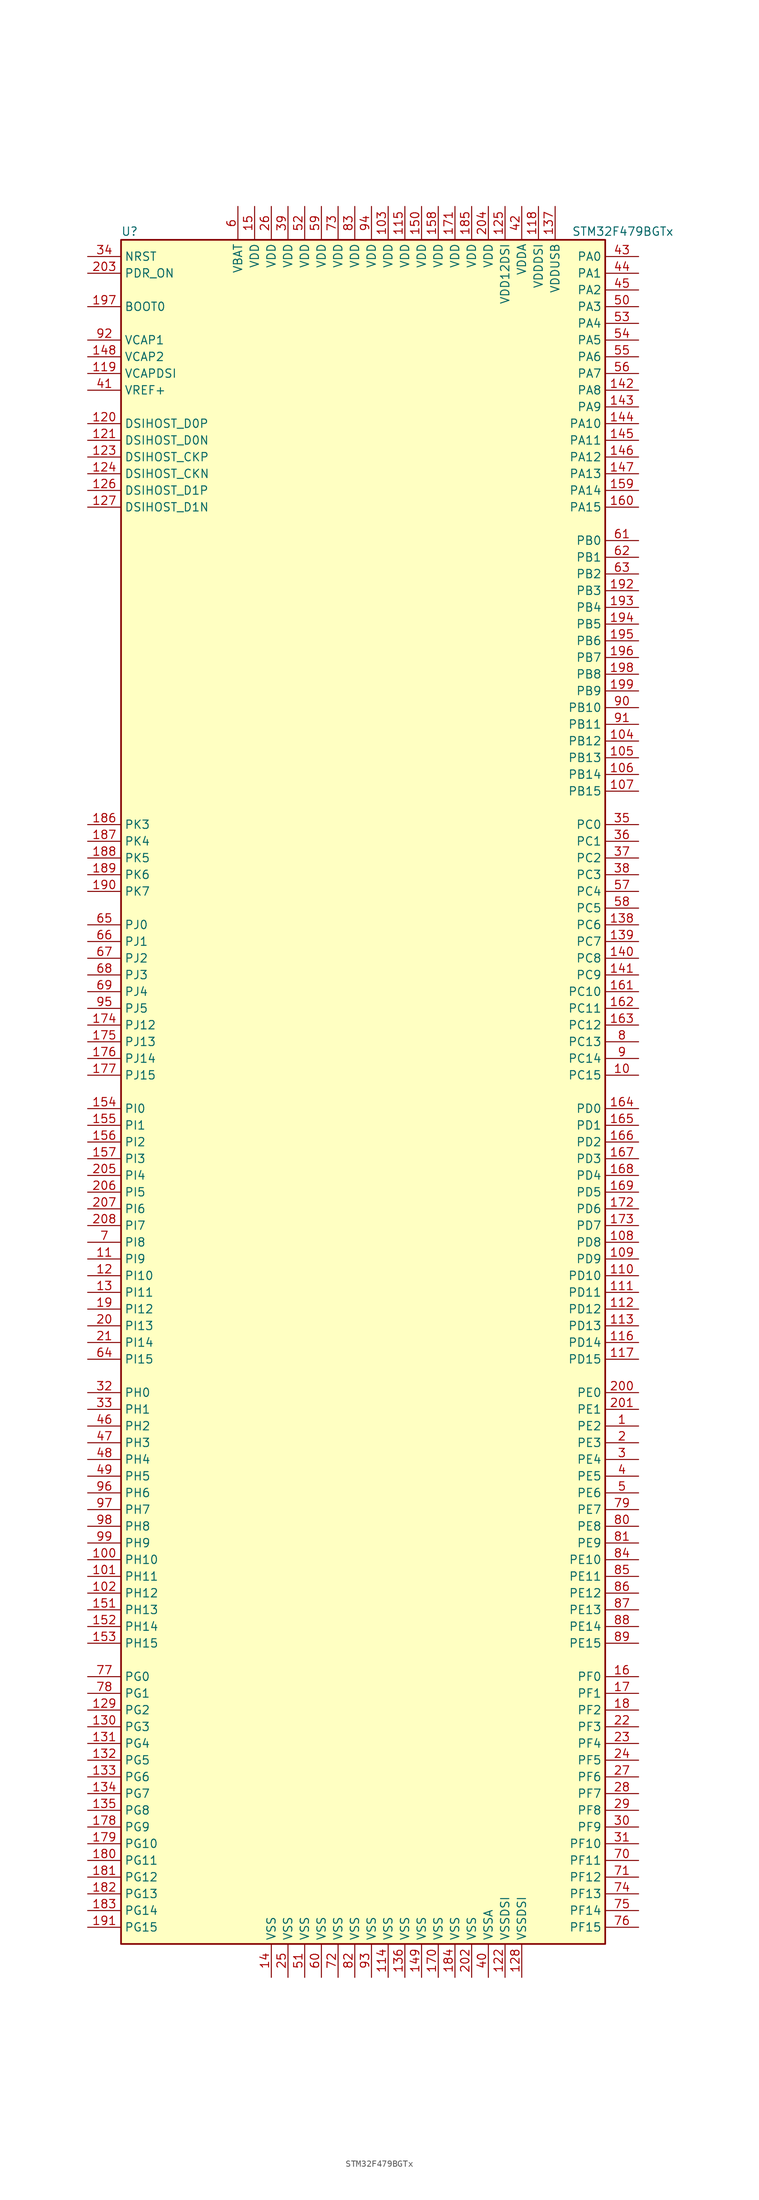
<source format=kicad_sym>
(kicad_symbol_lib
  (version 20211014)
  (generator kicad_symbol_editor)
  (symbol "STM32F479BGTx"
    (property "Reference" "U"
      (at -38.1 130.81 0)
      (effects (font (size 1.27 1.27)) (justify left)))
    (property "Value" "STM32F479BGTx"
      (at 30.48 130.81 0)
      (effects (font (size 1.27 1.27)) (justify left)))
    (symbol "STM32F479BGTx_0_1"
      (rectangle (start -38.1 -129.54) (end 35.56 129.54) (stroke (width 0.254) (type default) (color 0 0 0 0)) (fill (type background))))
    (symbol "STM32F479BGTx_1_1"
      (pin bidirectional line (at 40.64 -50.8 180) (length 5.08) (name "PE2" (effects (font (size 1.27 1.27)))) (number "1" (effects (font (size 1.27 1.27)))))
      (pin bidirectional line (at 40.64 2.54 180) (length 5.08) (name "PC15" (effects (font (size 1.27 1.27)))) (number "10" (effects (font (size 1.27 1.27)))))
      (pin bidirectional line (at -43.18 -71.12 0) (length 5.08) (name "PH10" (effects (font (size 1.27 1.27)))) (number "100" (effects (font (size 1.27 1.27)))))
      (pin bidirectional line (at -43.18 -73.66 0) (length 5.08) (name "PH11" (effects (font (size 1.27 1.27)))) (number "101" (effects (font (size 1.27 1.27)))))
      (pin bidirectional line (at -43.18 -76.2 0) (length 5.08) (name "PH12" (effects (font (size 1.27 1.27)))) (number "102" (effects (font (size 1.27 1.27)))))
      (pin power_in line (at 2.54 134.62 270) (length 5.08) (name "VDD" (effects (font (size 1.27 1.27)))) (number "103" (effects (font (size 1.27 1.27)))))
      (pin bidirectional line (at 40.64 53.34 180) (length 5.08) (name "PB12" (effects (font (size 1.27 1.27)))) (number "104" (effects (font (size 1.27 1.27)))))
      (pin bidirectional line (at 40.64 50.8 180) (length 5.08) (name "PB13" (effects (font (size 1.27 1.27)))) (number "105" (effects (font (size 1.27 1.27)))))
      (pin bidirectional line (at 40.64 48.26 180) (length 5.08) (name "PB14" (effects (font (size 1.27 1.27)))) (number "106" (effects (font (size 1.27 1.27)))))
      (pin bidirectional line (at 40.64 45.72 180) (length 5.08) (name "PB15" (effects (font (size 1.27 1.27)))) (number "107" (effects (font (size 1.27 1.27)))))
      (pin bidirectional line (at 40.64 -22.86 180) (length 5.08) (name "PD8" (effects (font (size 1.27 1.27)))) (number "108" (effects (font (size 1.27 1.27)))))
      (pin bidirectional line (at 40.64 -25.4 180) (length 5.08) (name "PD9" (effects (font (size 1.27 1.27)))) (number "109" (effects (font (size 1.27 1.27)))))
      (pin bidirectional line (at -43.18 -25.4 0) (length 5.08) (name "PI9" (effects (font (size 1.27 1.27)))) (number "11" (effects (font (size 1.27 1.27)))))
      (pin bidirectional line (at 40.64 -27.94 180) (length 5.08) (name "PD10" (effects (font (size 1.27 1.27)))) (number "110" (effects (font (size 1.27 1.27)))))
      (pin bidirectional line (at 40.64 -30.48 180) (length 5.08) (name "PD11" (effects (font (size 1.27 1.27)))) (number "111" (effects (font (size 1.27 1.27)))))
      (pin bidirectional line (at 40.64 -33.02 180) (length 5.08) (name "PD12" (effects (font (size 1.27 1.27)))) (number "112" (effects (font (size 1.27 1.27)))))
      (pin bidirectional line (at 40.64 -35.56 180) (length 5.08) (name "PD13" (effects (font (size 1.27 1.27)))) (number "113" (effects (font (size 1.27 1.27)))))
      (pin power_in line (at 2.54 -134.62 90) (length 5.08) (name "VSS" (effects (font (size 1.27 1.27)))) (number "114" (effects (font (size 1.27 1.27)))))
      (pin power_in line (at 5.08 134.62 270) (length 5.08) (name "VDD" (effects (font (size 1.27 1.27)))) (number "115" (effects (font (size 1.27 1.27)))))
      (pin bidirectional line (at 40.64 -38.1 180) (length 5.08) (name "PD14" (effects (font (size 1.27 1.27)))) (number "116" (effects (font (size 1.27 1.27)))))
      (pin bidirectional line (at 40.64 -40.64 180) (length 5.08) (name "PD15" (effects (font (size 1.27 1.27)))) (number "117" (effects (font (size 1.27 1.27)))))
      (pin power_in line (at 25.4 134.62 270) (length 5.08) (name "VDDDSI" (effects (font (size 1.27 1.27)))) (number "118" (effects (font (size 1.27 1.27)))))
      (pin power_in line (at -43.18 109.22 0) (length 5.08) (name "VCAPDSI" (effects (font (size 1.27 1.27)))) (number "119" (effects (font (size 1.27 1.27)))))
      (pin bidirectional line (at -43.18 -27.94 0) (length 5.08) (name "PI10" (effects (font (size 1.27 1.27)))) (number "12" (effects (font (size 1.27 1.27)))))
      (pin bidirectional line (at -43.18 101.6 0) (length 5.08) (name "DSIHOST_D0P" (effects (font (size 1.27 1.27)))) (number "120" (effects (font (size 1.27 1.27)))))
      (pin bidirectional line (at -43.18 99.06 0) (length 5.08) (name "DSIHOST_D0N" (effects (font (size 1.27 1.27)))) (number "121" (effects (font (size 1.27 1.27)))))
      (pin power_in line (at 20.32 -134.62 90) (length 5.08) (name "VSSDSI" (effects (font (size 1.27 1.27)))) (number "122" (effects (font (size 1.27 1.27)))))
      (pin bidirectional line (at -43.18 96.52 0) (length 5.08) (name "DSIHOST_CKP" (effects (font (size 1.27 1.27)))) (number "123" (effects (font (size 1.27 1.27)))))
      (pin bidirectional line (at -43.18 93.98 0) (length 5.08) (name "DSIHOST_CKN" (effects (font (size 1.27 1.27)))) (number "124" (effects (font (size 1.27 1.27)))))
      (pin power_in line (at 20.32 134.62 270) (length 5.08) (name "VDD12DSI" (effects (font (size 1.27 1.27)))) (number "125" (effects (font (size 1.27 1.27)))))
      (pin bidirectional line (at -43.18 91.44 0) (length 5.08) (name "DSIHOST_D1P" (effects (font (size 1.27 1.27)))) (number "126" (effects (font (size 1.27 1.27)))))
      (pin bidirectional line (at -43.18 88.9 0) (length 5.08) (name "DSIHOST_D1N" (effects (font (size 1.27 1.27)))) (number "127" (effects (font (size 1.27 1.27)))))
      (pin power_in line (at 22.86 -134.62 90) (length 5.08) (name "VSSDSI" (effects (font (size 1.27 1.27)))) (number "128" (effects (font (size 1.27 1.27)))))
      (pin bidirectional line (at -43.18 -93.98 0) (length 5.08) (name "PG2" (effects (font (size 1.27 1.27)))) (number "129" (effects (font (size 1.27 1.27)))))
      (pin bidirectional line (at -43.18 -30.48 0) (length 5.08) (name "PI11" (effects (font (size 1.27 1.27)))) (number "13" (effects (font (size 1.27 1.27)))))
      (pin bidirectional line (at -43.18 -96.52 0) (length 5.08) (name "PG3" (effects (font (size 1.27 1.27)))) (number "130" (effects (font (size 1.27 1.27)))))
      (pin bidirectional line (at -43.18 -99.06 0) (length 5.08) (name "PG4" (effects (font (size 1.27 1.27)))) (number "131" (effects (font (size 1.27 1.27)))))
      (pin bidirectional line (at -43.18 -101.6 0) (length 5.08) (name "PG5" (effects (font (size 1.27 1.27)))) (number "132" (effects (font (size 1.27 1.27)))))
      (pin bidirectional line (at -43.18 -104.14 0) (length 5.08) (name "PG6" (effects (font (size 1.27 1.27)))) (number "133" (effects (font (size 1.27 1.27)))))
      (pin bidirectional line (at -43.18 -106.68 0) (length 5.08) (name "PG7" (effects (font (size 1.27 1.27)))) (number "134" (effects (font (size 1.27 1.27)))))
      (pin bidirectional line (at -43.18 -109.22 0) (length 5.08) (name "PG8" (effects (font (size 1.27 1.27)))) (number "135" (effects (font (size 1.27 1.27)))))
      (pin power_in line (at 5.08 -134.62 90) (length 5.08) (name "VSS" (effects (font (size 1.27 1.27)))) (number "136" (effects (font (size 1.27 1.27)))))
      (pin power_in line (at 27.94 134.62 270) (length 5.08) (name "VDDUSB" (effects (font (size 1.27 1.27)))) (number "137" (effects (font (size 1.27 1.27)))))
      (pin bidirectional line (at 40.64 25.4 180) (length 5.08) (name "PC6" (effects (font (size 1.27 1.27)))) (number "138" (effects (font (size 1.27 1.27)))))
      (pin bidirectional line (at 40.64 22.86 180) (length 5.08) (name "PC7" (effects (font (size 1.27 1.27)))) (number "139" (effects (font (size 1.27 1.27)))))
      (pin power_in line (at -15.24 -134.62 90) (length 5.08) (name "VSS" (effects (font (size 1.27 1.27)))) (number "14" (effects (font (size 1.27 1.27)))))
      (pin bidirectional line (at 40.64 20.32 180) (length 5.08) (name "PC8" (effects (font (size 1.27 1.27)))) (number "140" (effects (font (size 1.27 1.27)))))
      (pin bidirectional line (at 40.64 17.78 180) (length 5.08) (name "PC9" (effects (font (size 1.27 1.27)))) (number "141" (effects (font (size 1.27 1.27)))))
      (pin bidirectional line (at 40.64 106.68 180) (length 5.08) (name "PA8" (effects (font (size 1.27 1.27)))) (number "142" (effects (font (size 1.27 1.27)))))
      (pin bidirectional line (at 40.64 104.14 180) (length 5.08) (name "PA9" (effects (font (size 1.27 1.27)))) (number "143" (effects (font (size 1.27 1.27)))))
      (pin bidirectional line (at 40.64 101.6 180) (length 5.08) (name "PA10" (effects (font (size 1.27 1.27)))) (number "144" (effects (font (size 1.27 1.27)))))
      (pin bidirectional line (at 40.64 99.06 180) (length 5.08) (name "PA11" (effects (font (size 1.27 1.27)))) (number "145" (effects (font (size 1.27 1.27)))))
      (pin bidirectional line (at 40.64 96.52 180) (length 5.08) (name "PA12" (effects (font (size 1.27 1.27)))) (number "146" (effects (font (size 1.27 1.27)))))
      (pin bidirectional line (at 40.64 93.98 180) (length 5.08) (name "PA13" (effects (font (size 1.27 1.27)))) (number "147" (effects (font (size 1.27 1.27)))))
      (pin power_in line (at -43.18 111.76 0) (length 5.08) (name "VCAP2" (effects (font (size 1.27 1.27)))) (number "148" (effects (font (size 1.27 1.27)))))
      (pin power_in line (at 7.62 -134.62 90) (length 5.08) (name "VSS" (effects (font (size 1.27 1.27)))) (number "149" (effects (font (size 1.27 1.27)))))
      (pin power_in line (at -17.78 134.62 270) (length 5.08) (name "VDD" (effects (font (size 1.27 1.27)))) (number "15" (effects (font (size 1.27 1.27)))))
      (pin power_in line (at 7.62 134.62 270) (length 5.08) (name "VDD" (effects (font (size 1.27 1.27)))) (number "150" (effects (font (size 1.27 1.27)))))
      (pin bidirectional line (at -43.18 -78.74 0) (length 5.08) (name "PH13" (effects (font (size 1.27 1.27)))) (number "151" (effects (font (size 1.27 1.27)))))
      (pin bidirectional line (at -43.18 -81.28 0) (length 5.08) (name "PH14" (effects (font (size 1.27 1.27)))) (number "152" (effects (font (size 1.27 1.27)))))
      (pin bidirectional line (at -43.18 -83.82 0) (length 5.08) (name "PH15" (effects (font (size 1.27 1.27)))) (number "153" (effects (font (size 1.27 1.27)))))
      (pin bidirectional line (at -43.18 -2.54 0) (length 5.08) (name "PI0" (effects (font (size 1.27 1.27)))) (number "154" (effects (font (size 1.27 1.27)))))
      (pin bidirectional line (at -43.18 -5.08 0) (length 5.08) (name "PI1" (effects (font (size 1.27 1.27)))) (number "155" (effects (font (size 1.27 1.27)))))
      (pin bidirectional line (at -43.18 -7.62 0) (length 5.08) (name "PI2" (effects (font (size 1.27 1.27)))) (number "156" (effects (font (size 1.27 1.27)))))
      (pin bidirectional line (at -43.18 -10.16 0) (length 5.08) (name "PI3" (effects (font (size 1.27 1.27)))) (number "157" (effects (font (size 1.27 1.27)))))
      (pin power_in line (at 10.16 134.62 270) (length 5.08) (name "VDD" (effects (font (size 1.27 1.27)))) (number "158" (effects (font (size 1.27 1.27)))))
      (pin bidirectional line (at 40.64 91.44 180) (length 5.08) (name "PA14" (effects (font (size 1.27 1.27)))) (number "159" (effects (font (size 1.27 1.27)))))
      (pin bidirectional line (at 40.64 -88.9 180) (length 5.08) (name "PF0" (effects (font (size 1.27 1.27)))) (number "16" (effects (font (size 1.27 1.27)))))
      (pin bidirectional line (at 40.64 88.9 180) (length 5.08) (name "PA15" (effects (font (size 1.27 1.27)))) (number "160" (effects (font (size 1.27 1.27)))))
      (pin bidirectional line (at 40.64 15.24 180) (length 5.08) (name "PC10" (effects (font (size 1.27 1.27)))) (number "161" (effects (font (size 1.27 1.27)))))
      (pin bidirectional line (at 40.64 12.7 180) (length 5.08) (name "PC11" (effects (font (size 1.27 1.27)))) (number "162" (effects (font (size 1.27 1.27)))))
      (pin bidirectional line (at 40.64 10.16 180) (length 5.08) (name "PC12" (effects (font (size 1.27 1.27)))) (number "163" (effects (font (size 1.27 1.27)))))
      (pin bidirectional line (at 40.64 -2.54 180) (length 5.08) (name "PD0" (effects (font (size 1.27 1.27)))) (number "164" (effects (font (size 1.27 1.27)))))
      (pin bidirectional line (at 40.64 -5.08 180) (length 5.08) (name "PD1" (effects (font (size 1.27 1.27)))) (number "165" (effects (font (size 1.27 1.27)))))
      (pin bidirectional line (at 40.64 -7.62 180) (length 5.08) (name "PD2" (effects (font (size 1.27 1.27)))) (number "166" (effects (font (size 1.27 1.27)))))
      (pin bidirectional line (at 40.64 -10.16 180) (length 5.08) (name "PD3" (effects (font (size 1.27 1.27)))) (number "167" (effects (font (size 1.27 1.27)))))
      (pin bidirectional line (at 40.64 -12.7 180) (length 5.08) (name "PD4" (effects (font (size 1.27 1.27)))) (number "168" (effects (font (size 1.27 1.27)))))
      (pin bidirectional line (at 40.64 -15.24 180) (length 5.08) (name "PD5" (effects (font (size 1.27 1.27)))) (number "169" (effects (font (size 1.27 1.27)))))
      (pin bidirectional line (at 40.64 -91.44 180) (length 5.08) (name "PF1" (effects (font (size 1.27 1.27)))) (number "17" (effects (font (size 1.27 1.27)))))
      (pin power_in line (at 10.16 -134.62 90) (length 5.08) (name "VSS" (effects (font (size 1.27 1.27)))) (number "170" (effects (font (size 1.27 1.27)))))
      (pin power_in line (at 12.7 134.62 270) (length 5.08) (name "VDD" (effects (font (size 1.27 1.27)))) (number "171" (effects (font (size 1.27 1.27)))))
      (pin bidirectional line (at 40.64 -17.78 180) (length 5.08) (name "PD6" (effects (font (size 1.27 1.27)))) (number "172" (effects (font (size 1.27 1.27)))))
      (pin bidirectional line (at 40.64 -20.32 180) (length 5.08) (name "PD7" (effects (font (size 1.27 1.27)))) (number "173" (effects (font (size 1.27 1.27)))))
      (pin bidirectional line (at -43.18 10.16 0) (length 5.08) (name "PJ12" (effects (font (size 1.27 1.27)))) (number "174" (effects (font (size 1.27 1.27)))))
      (pin bidirectional line (at -43.18 7.62 0) (length 5.08) (name "PJ13" (effects (font (size 1.27 1.27)))) (number "175" (effects (font (size 1.27 1.27)))))
      (pin bidirectional line (at -43.18 5.08 0) (length 5.08) (name "PJ14" (effects (font (size 1.27 1.27)))) (number "176" (effects (font (size 1.27 1.27)))))
      (pin bidirectional line (at -43.18 2.54 0) (length 5.08) (name "PJ15" (effects (font (size 1.27 1.27)))) (number "177" (effects (font (size 1.27 1.27)))))
      (pin bidirectional line (at -43.18 -111.76 0) (length 5.08) (name "PG9" (effects (font (size 1.27 1.27)))) (number "178" (effects (font (size 1.27 1.27)))))
      (pin bidirectional line (at -43.18 -114.3 0) (length 5.08) (name "PG10" (effects (font (size 1.27 1.27)))) (number "179" (effects (font (size 1.27 1.27)))))
      (pin bidirectional line (at 40.64 -93.98 180) (length 5.08) (name "PF2" (effects (font (size 1.27 1.27)))) (number "18" (effects (font (size 1.27 1.27)))))
      (pin bidirectional line (at -43.18 -116.84 0) (length 5.08) (name "PG11" (effects (font (size 1.27 1.27)))) (number "180" (effects (font (size 1.27 1.27)))))
      (pin bidirectional line (at -43.18 -119.38 0) (length 5.08) (name "PG12" (effects (font (size 1.27 1.27)))) (number "181" (effects (font (size 1.27 1.27)))))
      (pin bidirectional line (at -43.18 -121.92 0) (length 5.08) (name "PG13" (effects (font (size 1.27 1.27)))) (number "182" (effects (font (size 1.27 1.27)))))
      (pin bidirectional line (at -43.18 -124.46 0) (length 5.08) (name "PG14" (effects (font (size 1.27 1.27)))) (number "183" (effects (font (size 1.27 1.27)))))
      (pin power_in line (at 12.7 -134.62 90) (length 5.08) (name "VSS" (effects (font (size 1.27 1.27)))) (number "184" (effects (font (size 1.27 1.27)))))
      (pin power_in line (at 15.24 134.62 270) (length 5.08) (name "VDD" (effects (font (size 1.27 1.27)))) (number "185" (effects (font (size 1.27 1.27)))))
      (pin bidirectional line (at -43.18 40.64 0) (length 5.08) (name "PK3" (effects (font (size 1.27 1.27)))) (number "186" (effects (font (size 1.27 1.27)))))
      (pin bidirectional line (at -43.18 38.1 0) (length 5.08) (name "PK4" (effects (font (size 1.27 1.27)))) (number "187" (effects (font (size 1.27 1.27)))))
      (pin bidirectional line (at -43.18 35.56 0) (length 5.08) (name "PK5" (effects (font (size 1.27 1.27)))) (number "188" (effects (font (size 1.27 1.27)))))
      (pin bidirectional line (at -43.18 33.02 0) (length 5.08) (name "PK6" (effects (font (size 1.27 1.27)))) (number "189" (effects (font (size 1.27 1.27)))))
      (pin bidirectional line (at -43.18 -33.02 0) (length 5.08) (name "PI12" (effects (font (size 1.27 1.27)))) (number "19" (effects (font (size 1.27 1.27)))))
      (pin bidirectional line (at -43.18 30.48 0) (length 5.08) (name "PK7" (effects (font (size 1.27 1.27)))) (number "190" (effects (font (size 1.27 1.27)))))
      (pin bidirectional line (at -43.18 -127 0) (length 5.08) (name "PG15" (effects (font (size 1.27 1.27)))) (number "191" (effects (font (size 1.27 1.27)))))
      (pin bidirectional line (at 40.64 76.2 180) (length 5.08) (name "PB3" (effects (font (size 1.27 1.27)))) (number "192" (effects (font (size 1.27 1.27)))))
      (pin bidirectional line (at 40.64 73.66 180) (length 5.08) (name "PB4" (effects (font (size 1.27 1.27)))) (number "193" (effects (font (size 1.27 1.27)))))
      (pin bidirectional line (at 40.64 71.12 180) (length 5.08) (name "PB5" (effects (font (size 1.27 1.27)))) (number "194" (effects (font (size 1.27 1.27)))))
      (pin bidirectional line (at 40.64 68.58 180) (length 5.08) (name "PB6" (effects (font (size 1.27 1.27)))) (number "195" (effects (font (size 1.27 1.27)))))
      (pin bidirectional line (at 40.64 66.04 180) (length 5.08) (name "PB7" (effects (font (size 1.27 1.27)))) (number "196" (effects (font (size 1.27 1.27)))))
      (pin input line (at -43.18 119.38 0) (length 5.08) (name "BOOT0" (effects (font (size 1.27 1.27)))) (number "197" (effects (font (size 1.27 1.27)))))
      (pin bidirectional line (at 40.64 63.5 180) (length 5.08) (name "PB8" (effects (font (size 1.27 1.27)))) (number "198" (effects (font (size 1.27 1.27)))))
      (pin bidirectional line (at 40.64 60.96 180) (length 5.08) (name "PB9" (effects (font (size 1.27 1.27)))) (number "199" (effects (font (size 1.27 1.27)))))
      (pin bidirectional line (at 40.64 -53.34 180) (length 5.08) (name "PE3" (effects (font (size 1.27 1.27)))) (number "2" (effects (font (size 1.27 1.27)))))
      (pin bidirectional line (at -43.18 -35.56 0) (length 5.08) (name "PI13" (effects (font (size 1.27 1.27)))) (number "20" (effects (font (size 1.27 1.27)))))
      (pin bidirectional line (at 40.64 -45.72 180) (length 5.08) (name "PE0" (effects (font (size 1.27 1.27)))) (number "200" (effects (font (size 1.27 1.27)))))
      (pin bidirectional line (at 40.64 -48.26 180) (length 5.08) (name "PE1" (effects (font (size 1.27 1.27)))) (number "201" (effects (font (size 1.27 1.27)))))
      (pin power_in line (at 15.24 -134.62 90) (length 5.08) (name "VSS" (effects (font (size 1.27 1.27)))) (number "202" (effects (font (size 1.27 1.27)))))
      (pin input line (at -43.18 124.46 0) (length 5.08) (name "PDR_ON" (effects (font (size 1.27 1.27)))) (number "203" (effects (font (size 1.27 1.27)))))
      (pin power_in line (at 17.78 134.62 270) (length 5.08) (name "VDD" (effects (font (size 1.27 1.27)))) (number "204" (effects (font (size 1.27 1.27)))))
      (pin bidirectional line (at -43.18 -12.7 0) (length 5.08) (name "PI4" (effects (font (size 1.27 1.27)))) (number "205" (effects (font (size 1.27 1.27)))))
      (pin bidirectional line (at -43.18 -15.24 0) (length 5.08) (name "PI5" (effects (font (size 1.27 1.27)))) (number "206" (effects (font (size 1.27 1.27)))))
      (pin bidirectional line (at -43.18 -17.78 0) (length 5.08) (name "PI6" (effects (font (size 1.27 1.27)))) (number "207" (effects (font (size 1.27 1.27)))))
      (pin bidirectional line (at -43.18 -20.32 0) (length 5.08) (name "PI7" (effects (font (size 1.27 1.27)))) (number "208" (effects (font (size 1.27 1.27)))))
      (pin bidirectional line (at -43.18 -38.1 0) (length 5.08) (name "PI14" (effects (font (size 1.27 1.27)))) (number "21" (effects (font (size 1.27 1.27)))))
      (pin bidirectional line (at 40.64 -96.52 180) (length 5.08) (name "PF3" (effects (font (size 1.27 1.27)))) (number "22" (effects (font (size 1.27 1.27)))))
      (pin bidirectional line (at 40.64 -99.06 180) (length 5.08) (name "PF4" (effects (font (size 1.27 1.27)))) (number "23" (effects (font (size 1.27 1.27)))))
      (pin bidirectional line (at 40.64 -101.6 180) (length 5.08) (name "PF5" (effects (font (size 1.27 1.27)))) (number "24" (effects (font (size 1.27 1.27)))))
      (pin power_in line (at -12.7 -134.62 90) (length 5.08) (name "VSS" (effects (font (size 1.27 1.27)))) (number "25" (effects (font (size 1.27 1.27)))))
      (pin power_in line (at -15.24 134.62 270) (length 5.08) (name "VDD" (effects (font (size 1.27 1.27)))) (number "26" (effects (font (size 1.27 1.27)))))
      (pin bidirectional line (at 40.64 -104.14 180) (length 5.08) (name "PF6" (effects (font (size 1.27 1.27)))) (number "27" (effects (font (size 1.27 1.27)))))
      (pin bidirectional line (at 40.64 -106.68 180) (length 5.08) (name "PF7" (effects (font (size 1.27 1.27)))) (number "28" (effects (font (size 1.27 1.27)))))
      (pin bidirectional line (at 40.64 -109.22 180) (length 5.08) (name "PF8" (effects (font (size 1.27 1.27)))) (number "29" (effects (font (size 1.27 1.27)))))
      (pin bidirectional line (at 40.64 -55.88 180) (length 5.08) (name "PE4" (effects (font (size 1.27 1.27)))) (number "3" (effects (font (size 1.27 1.27)))))
      (pin bidirectional line (at 40.64 -111.76 180) (length 5.08) (name "PF9" (effects (font (size 1.27 1.27)))) (number "30" (effects (font (size 1.27 1.27)))))
      (pin bidirectional line (at 40.64 -114.3 180) (length 5.08) (name "PF10" (effects (font (size 1.27 1.27)))) (number "31" (effects (font (size 1.27 1.27)))))
      (pin input line (at -43.18 -45.72 0) (length 5.08) (name "PH0" (effects (font (size 1.27 1.27)))) (number "32" (effects (font (size 1.27 1.27)))))
      (pin input line (at -43.18 -48.26 0) (length 5.08) (name "PH1" (effects (font (size 1.27 1.27)))) (number "33" (effects (font (size 1.27 1.27)))))
      (pin input line (at -43.18 127 0) (length 5.08) (name "NRST" (effects (font (size 1.27 1.27)))) (number "34" (effects (font (size 1.27 1.27)))))
      (pin bidirectional line (at 40.64 40.64 180) (length 5.08) (name "PC0" (effects (font (size 1.27 1.27)))) (number "35" (effects (font (size 1.27 1.27)))))
      (pin bidirectional line (at 40.64 38.1 180) (length 5.08) (name "PC1" (effects (font (size 1.27 1.27)))) (number "36" (effects (font (size 1.27 1.27)))))
      (pin bidirectional line (at 40.64 35.56 180) (length 5.08) (name "PC2" (effects (font (size 1.27 1.27)))) (number "37" (effects (font (size 1.27 1.27)))))
      (pin bidirectional line (at 40.64 33.02 180) (length 5.08) (name "PC3" (effects (font (size 1.27 1.27)))) (number "38" (effects (font (size 1.27 1.27)))))
      (pin power_in line (at -12.7 134.62 270) (length 5.08) (name "VDD" (effects (font (size 1.27 1.27)))) (number "39" (effects (font (size 1.27 1.27)))))
      (pin bidirectional line (at 40.64 -58.42 180) (length 5.08) (name "PE5" (effects (font (size 1.27 1.27)))) (number "4" (effects (font (size 1.27 1.27)))))
      (pin power_in line (at 17.78 -134.62 90) (length 5.08) (name "VSSA" (effects (font (size 1.27 1.27)))) (number "40" (effects (font (size 1.27 1.27)))))
      (pin power_in line (at -43.18 106.68 0) (length 5.08) (name "VREF+" (effects (font (size 1.27 1.27)))) (number "41" (effects (font (size 1.27 1.27)))))
      (pin power_in line (at 22.86 134.62 270) (length 5.08) (name "VDDA" (effects (font (size 1.27 1.27)))) (number "42" (effects (font (size 1.27 1.27)))))
      (pin bidirectional line (at 40.64 127 180) (length 5.08) (name "PA0" (effects (font (size 1.27 1.27)))) (number "43" (effects (font (size 1.27 1.27)))))
      (pin bidirectional line (at 40.64 124.46 180) (length 5.08) (name "PA1" (effects (font (size 1.27 1.27)))) (number "44" (effects (font (size 1.27 1.27)))))
      (pin bidirectional line (at 40.64 121.92 180) (length 5.08) (name "PA2" (effects (font (size 1.27 1.27)))) (number "45" (effects (font (size 1.27 1.27)))))
      (pin bidirectional line (at -43.18 -50.8 0) (length 5.08) (name "PH2" (effects (font (size 1.27 1.27)))) (number "46" (effects (font (size 1.27 1.27)))))
      (pin bidirectional line (at -43.18 -53.34 0) (length 5.08) (name "PH3" (effects (font (size 1.27 1.27)))) (number "47" (effects (font (size 1.27 1.27)))))
      (pin bidirectional line (at -43.18 -55.88 0) (length 5.08) (name "PH4" (effects (font (size 1.27 1.27)))) (number "48" (effects (font (size 1.27 1.27)))))
      (pin bidirectional line (at -43.18 -58.42 0) (length 5.08) (name "PH5" (effects (font (size 1.27 1.27)))) (number "49" (effects (font (size 1.27 1.27)))))
      (pin bidirectional line (at 40.64 -60.96 180) (length 5.08) (name "PE6" (effects (font (size 1.27 1.27)))) (number "5" (effects (font (size 1.27 1.27)))))
      (pin bidirectional line (at 40.64 119.38 180) (length 5.08) (name "PA3" (effects (font (size 1.27 1.27)))) (number "50" (effects (font (size 1.27 1.27)))))
      (pin power_in line (at -10.16 -134.62 90) (length 5.08) (name "VSS" (effects (font (size 1.27 1.27)))) (number "51" (effects (font (size 1.27 1.27)))))
      (pin power_in line (at -10.16 134.62 270) (length 5.08) (name "VDD" (effects (font (size 1.27 1.27)))) (number "52" (effects (font (size 1.27 1.27)))))
      (pin bidirectional line (at 40.64 116.84 180) (length 5.08) (name "PA4" (effects (font (size 1.27 1.27)))) (number "53" (effects (font (size 1.27 1.27)))))
      (pin bidirectional line (at 40.64 114.3 180) (length 5.08) (name "PA5" (effects (font (size 1.27 1.27)))) (number "54" (effects (font (size 1.27 1.27)))))
      (pin bidirectional line (at 40.64 111.76 180) (length 5.08) (name "PA6" (effects (font (size 1.27 1.27)))) (number "55" (effects (font (size 1.27 1.27)))))
      (pin bidirectional line (at 40.64 109.22 180) (length 5.08) (name "PA7" (effects (font (size 1.27 1.27)))) (number "56" (effects (font (size 1.27 1.27)))))
      (pin bidirectional line (at 40.64 30.48 180) (length 5.08) (name "PC4" (effects (font (size 1.27 1.27)))) (number "57" (effects (font (size 1.27 1.27)))))
      (pin bidirectional line (at 40.64 27.94 180) (length 5.08) (name "PC5" (effects (font (size 1.27 1.27)))) (number "58" (effects (font (size 1.27 1.27)))))
      (pin power_in line (at -7.62 134.62 270) (length 5.08) (name "VDD" (effects (font (size 1.27 1.27)))) (number "59" (effects (font (size 1.27 1.27)))))
      (pin power_in line (at -20.32 134.62 270) (length 5.08) (name "VBAT" (effects (font (size 1.27 1.27)))) (number "6" (effects (font (size 1.27 1.27)))))
      (pin power_in line (at -7.62 -134.62 90) (length 5.08) (name "VSS" (effects (font (size 1.27 1.27)))) (number "60" (effects (font (size 1.27 1.27)))))
      (pin bidirectional line (at 40.64 83.82 180) (length 5.08) (name "PB0" (effects (font (size 1.27 1.27)))) (number "61" (effects (font (size 1.27 1.27)))))
      (pin bidirectional line (at 40.64 81.28 180) (length 5.08) (name "PB1" (effects (font (size 1.27 1.27)))) (number "62" (effects (font (size 1.27 1.27)))))
      (pin bidirectional line (at 40.64 78.74 180) (length 5.08) (name "PB2" (effects (font (size 1.27 1.27)))) (number "63" (effects (font (size 1.27 1.27)))))
      (pin bidirectional line (at -43.18 -40.64 0) (length 5.08) (name "PI15" (effects (font (size 1.27 1.27)))) (number "64" (effects (font (size 1.27 1.27)))))
      (pin bidirectional line (at -43.18 25.4 0) (length 5.08) (name "PJ0" (effects (font (size 1.27 1.27)))) (number "65" (effects (font (size 1.27 1.27)))))
      (pin bidirectional line (at -43.18 22.86 0) (length 5.08) (name "PJ1" (effects (font (size 1.27 1.27)))) (number "66" (effects (font (size 1.27 1.27)))))
      (pin bidirectional line (at -43.18 20.32 0) (length 5.08) (name "PJ2" (effects (font (size 1.27 1.27)))) (number "67" (effects (font (size 1.27 1.27)))))
      (pin bidirectional line (at -43.18 17.78 0) (length 5.08) (name "PJ3" (effects (font (size 1.27 1.27)))) (number "68" (effects (font (size 1.27 1.27)))))
      (pin bidirectional line (at -43.18 15.24 0) (length 5.08) (name "PJ4" (effects (font (size 1.27 1.27)))) (number "69" (effects (font (size 1.27 1.27)))))
      (pin bidirectional line (at -43.18 -22.86 0) (length 5.08) (name "PI8" (effects (font (size 1.27 1.27)))) (number "7" (effects (font (size 1.27 1.27)))))
      (pin bidirectional line (at 40.64 -116.84 180) (length 5.08) (name "PF11" (effects (font (size 1.27 1.27)))) (number "70" (effects (font (size 1.27 1.27)))))
      (pin bidirectional line (at 40.64 -119.38 180) (length 5.08) (name "PF12" (effects (font (size 1.27 1.27)))) (number "71" (effects (font (size 1.27 1.27)))))
      (pin power_in line (at -5.08 -134.62 90) (length 5.08) (name "VSS" (effects (font (size 1.27 1.27)))) (number "72" (effects (font (size 1.27 1.27)))))
      (pin power_in line (at -5.08 134.62 270) (length 5.08) (name "VDD" (effects (font (size 1.27 1.27)))) (number "73" (effects (font (size 1.27 1.27)))))
      (pin bidirectional line (at 40.64 -121.92 180) (length 5.08) (name "PF13" (effects (font (size 1.27 1.27)))) (number "74" (effects (font (size 1.27 1.27)))))
      (pin bidirectional line (at 40.64 -124.46 180) (length 5.08) (name "PF14" (effects (font (size 1.27 1.27)))) (number "75" (effects (font (size 1.27 1.27)))))
      (pin bidirectional line (at 40.64 -127 180) (length 5.08) (name "PF15" (effects (font (size 1.27 1.27)))) (number "76" (effects (font (size 1.27 1.27)))))
      (pin bidirectional line (at -43.18 -88.9 0) (length 5.08) (name "PG0" (effects (font (size 1.27 1.27)))) (number "77" (effects (font (size 1.27 1.27)))))
      (pin bidirectional line (at -43.18 -91.44 0) (length 5.08) (name "PG1" (effects (font (size 1.27 1.27)))) (number "78" (effects (font (size 1.27 1.27)))))
      (pin bidirectional line (at 40.64 -63.5 180) (length 5.08) (name "PE7" (effects (font (size 1.27 1.27)))) (number "79" (effects (font (size 1.27 1.27)))))
      (pin bidirectional line (at 40.64 7.62 180) (length 5.08) (name "PC13" (effects (font (size 1.27 1.27)))) (number "8" (effects (font (size 1.27 1.27)))))
      (pin bidirectional line (at 40.64 -66.04 180) (length 5.08) (name "PE8" (effects (font (size 1.27 1.27)))) (number "80" (effects (font (size 1.27 1.27)))))
      (pin bidirectional line (at 40.64 -68.58 180) (length 5.08) (name "PE9" (effects (font (size 1.27 1.27)))) (number "81" (effects (font (size 1.27 1.27)))))
      (pin power_in line (at -2.54 -134.62 90) (length 5.08) (name "VSS" (effects (font (size 1.27 1.27)))) (number "82" (effects (font (size 1.27 1.27)))))
      (pin power_in line (at -2.54 134.62 270) (length 5.08) (name "VDD" (effects (font (size 1.27 1.27)))) (number "83" (effects (font (size 1.27 1.27)))))
      (pin bidirectional line (at 40.64 -71.12 180) (length 5.08) (name "PE10" (effects (font (size 1.27 1.27)))) (number "84" (effects (font (size 1.27 1.27)))))
      (pin bidirectional line (at 40.64 -73.66 180) (length 5.08) (name "PE11" (effects (font (size 1.27 1.27)))) (number "85" (effects (font (size 1.27 1.27)))))
      (pin bidirectional line (at 40.64 -76.2 180) (length 5.08) (name "PE12" (effects (font (size 1.27 1.27)))) (number "86" (effects (font (size 1.27 1.27)))))
      (pin bidirectional line (at 40.64 -78.74 180) (length 5.08) (name "PE13" (effects (font (size 1.27 1.27)))) (number "87" (effects (font (size 1.27 1.27)))))
      (pin bidirectional line (at 40.64 -81.28 180) (length 5.08) (name "PE14" (effects (font (size 1.27 1.27)))) (number "88" (effects (font (size 1.27 1.27)))))
      (pin bidirectional line (at 40.64 -83.82 180) (length 5.08) (name "PE15" (effects (font (size 1.27 1.27)))) (number "89" (effects (font (size 1.27 1.27)))))
      (pin bidirectional line (at 40.64 5.08 180) (length 5.08) (name "PC14" (effects (font (size 1.27 1.27)))) (number "9" (effects (font (size 1.27 1.27)))))
      (pin bidirectional line (at 40.64 58.42 180) (length 5.08) (name "PB10" (effects (font (size 1.27 1.27)))) (number "90" (effects (font (size 1.27 1.27)))))
      (pin bidirectional line (at 40.64 55.88 180) (length 5.08) (name "PB11" (effects (font (size 1.27 1.27)))) (number "91" (effects (font (size 1.27 1.27)))))
      (pin power_in line (at -43.18 114.3 0) (length 5.08) (name "VCAP1" (effects (font (size 1.27 1.27)))) (number "92" (effects (font (size 1.27 1.27)))))
      (pin power_in line (at 0 -134.62 90) (length 5.08) (name "VSS" (effects (font (size 1.27 1.27)))) (number "93" (effects (font (size 1.27 1.27)))))
      (pin power_in line (at 0 134.62 270) (length 5.08) (name "VDD" (effects (font (size 1.27 1.27)))) (number "94" (effects (font (size 1.27 1.27)))))
      (pin bidirectional line (at -43.18 12.7 0) (length 5.08) (name "PJ5" (effects (font (size 1.27 1.27)))) (number "95" (effects (font (size 1.27 1.27)))))
      (pin bidirectional line (at -43.18 -60.96 0) (length 5.08) (name "PH6" (effects (font (size 1.27 1.27)))) (number "96" (effects (font (size 1.27 1.27)))))
      (pin bidirectional line (at -43.18 -63.5 0) (length 5.08) (name "PH7" (effects (font (size 1.27 1.27)))) (number "97" (effects (font (size 1.27 1.27)))))
      (pin bidirectional line (at -43.18 -66.04 0) (length 5.08) (name "PH8" (effects (font (size 1.27 1.27)))) (number "98" (effects (font (size 1.27 1.27)))))
      (pin bidirectional line (at -43.18 -68.58 0) (length 5.08) (name "PH9" (effects (font (size 1.27 1.27)))) (number "99" (effects (font (size 1.27 1.27))))))))
</source>
